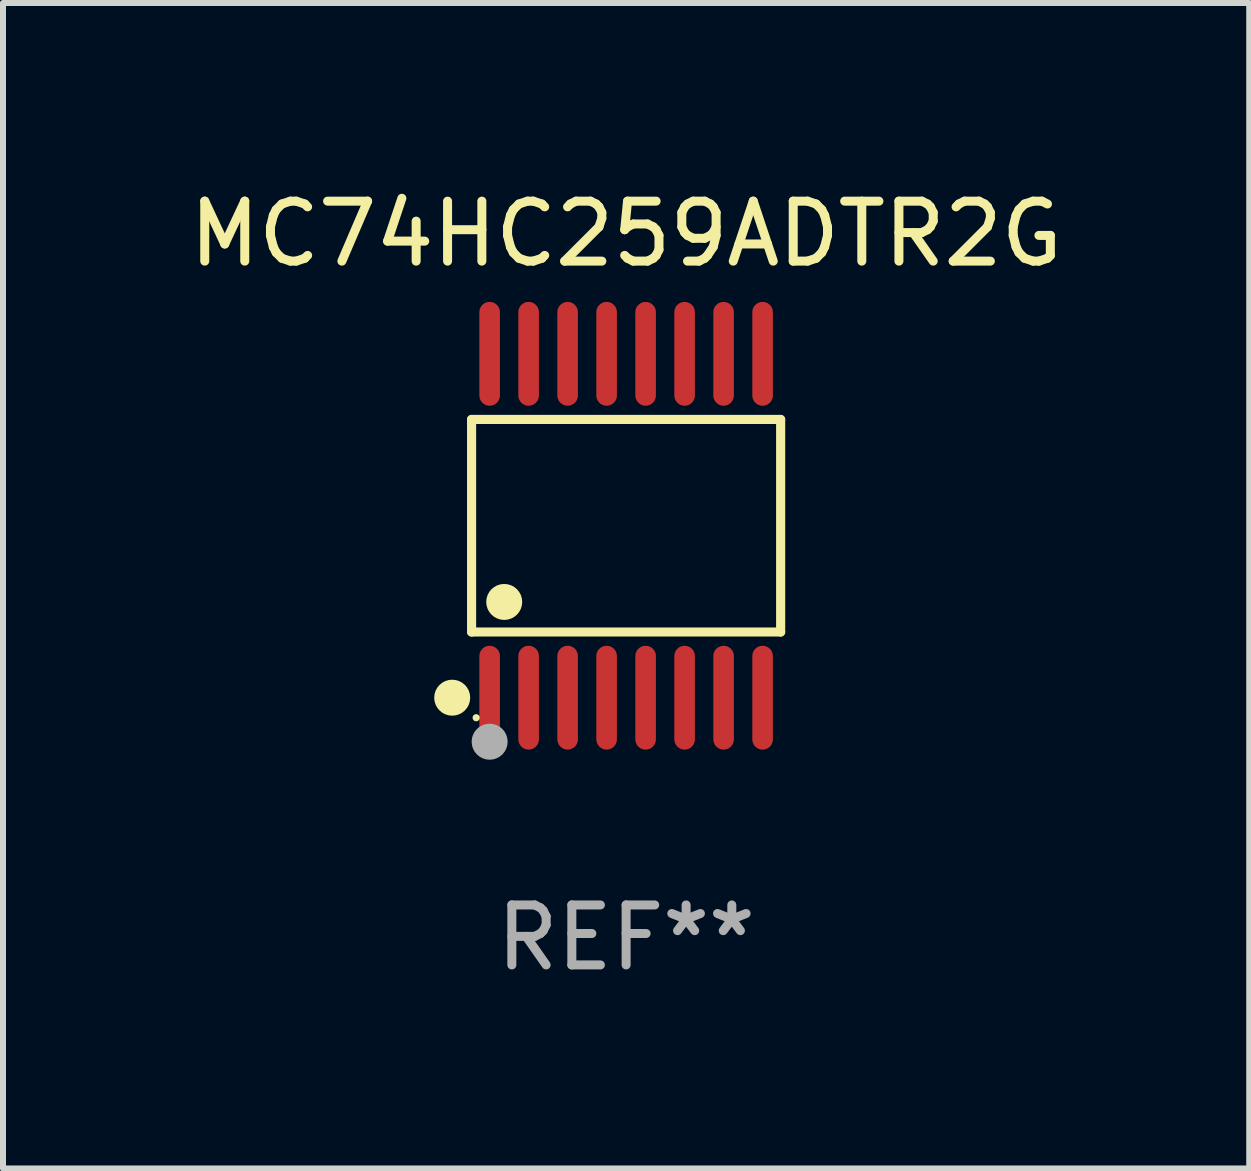
<source format=kicad_pcb>
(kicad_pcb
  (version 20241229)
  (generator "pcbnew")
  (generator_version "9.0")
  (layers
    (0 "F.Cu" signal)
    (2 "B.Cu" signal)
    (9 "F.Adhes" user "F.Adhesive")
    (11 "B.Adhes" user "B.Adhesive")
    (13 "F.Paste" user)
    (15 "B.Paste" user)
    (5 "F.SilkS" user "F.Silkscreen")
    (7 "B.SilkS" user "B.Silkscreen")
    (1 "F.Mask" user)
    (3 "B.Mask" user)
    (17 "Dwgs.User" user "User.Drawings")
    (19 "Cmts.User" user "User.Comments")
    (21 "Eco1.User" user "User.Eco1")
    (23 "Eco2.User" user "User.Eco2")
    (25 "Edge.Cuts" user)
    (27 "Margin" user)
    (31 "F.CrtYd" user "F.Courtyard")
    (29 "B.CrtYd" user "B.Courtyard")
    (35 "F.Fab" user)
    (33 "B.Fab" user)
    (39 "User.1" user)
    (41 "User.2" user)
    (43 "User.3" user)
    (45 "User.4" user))
  (footprint "MC74HC259ADTR2G"
    (layer "F.Cu")
    (at 7.387 5.714)
    (property "Reference" "MC74HC259ADTR2G" (at 0 -4.866 0) (layer "F.SilkS") (effects (font (size 1 1) (thickness 0.15))))
    (attr through_hole)
    (fp_line (start -2.576 -1.772) (end 2.576 -1.772) (stroke (width 0.152) (type solid)) (layer "F.SilkS"))
    (fp_line (start -2.576 1.771) (end -2.576 -1.772) (stroke (width 0.152) (type solid)) (layer "F.SilkS"))
    (fp_line (start 2.576 -1.772) (end 2.576 1.771) (stroke (width 0.152) (type solid)) (layer "F.SilkS"))
    (fp_line (start 2.576 1.771) (end -2.576 1.771) (stroke (width 0.152) (type solid)) (layer "F.SilkS"))
    (fp_circle (center -2.899 2.866) (end -2.749 2.866) (stroke (width 0.3) (type solid)) (fill no) (layer "F.SilkS"))
    (fp_circle (center -2.5 3.2) (end -2.47 3.2) (stroke (width 0.06) (type solid)) (fill no) (layer "F.SilkS"))
    (fp_circle (center -2.032 1.27) (end -1.882 1.27) (stroke (width 0.3) (type solid)) (fill no) (layer "F.SilkS"))
    (fp_circle (center -2.275 3.6) (end -2.125 3.6) (stroke (width 0.3) (type solid)) (fill no) (layer "F.Fab"))
    (fp_text user "REF**" (at 0 6.866 0) (layer "F.Fab") (effects (font (size 1 1) (thickness 0.15))))
    (pad "1" smd oval (at -2.275 2.866) (size 0.343 1.731) (layers "F.Cu" "F.Mask" "F.Paste"))
    (pad "2" smd oval (at -1.625 2.866) (size 0.343 1.731) (layers "F.Cu" "F.Mask" "F.Paste"))
    (pad "3" smd oval (at -0.975 2.866) (size 0.343 1.731) (layers "F.Cu" "F.Mask" "F.Paste"))
    (pad "4" smd oval (at -0.325 2.866) (size 0.343 1.731) (layers "F.Cu" "F.Mask" "F.Paste"))
    (pad "5" smd oval (at 0.325 2.866) (size 0.343 1.731) (layers "F.Cu" "F.Mask" "F.Paste"))
    (pad "6" smd oval (at 0.975 2.866) (size 0.343 1.731) (layers "F.Cu" "F.Mask" "F.Paste"))
    (pad "7" smd oval (at 1.625 2.866) (size 0.343 1.731) (layers "F.Cu" "F.Mask" "F.Paste"))
    (pad "8" smd oval (at 2.275 2.866) (size 0.343 1.731) (layers "F.Cu" "F.Mask" "F.Paste"))
    (pad "9" smd oval (at 2.275 -2.866) (size 0.343 1.731) (layers "F.Cu" "F.Mask" "F.Paste"))
    (pad "10" smd oval (at 1.625 -2.866) (size 0.343 1.731) (layers "F.Cu" "F.Mask" "F.Paste"))
    (pad "11" smd oval (at 0.975 -2.866) (size 0.343 1.731) (layers "F.Cu" "F.Mask" "F.Paste"))
    (pad "12" smd oval (at 0.325 -2.866) (size 0.343 1.731) (layers "F.Cu" "F.Mask" "F.Paste"))
    (pad "13" smd oval (at -0.325 -2.866) (size 0.343 1.731) (layers "F.Cu" "F.Mask" "F.Paste"))
    (pad "14" smd oval (at -0.975 -2.866) (size 0.343 1.731) (layers "F.Cu" "F.Mask" "F.Paste"))
    (pad "15" smd oval (at -1.625 -2.866) (size 0.343 1.731) (layers "F.Cu" "F.Mask" "F.Paste"))
    (pad "16" smd oval (at -2.275 -2.866) (size 0.343 1.731) (layers "F.Cu" "F.Mask" "F.Paste")))
  (gr_rect
    (start -3 -3)
    (end 17.774 16.428)
    (stroke (width 0.1) (type default))
    (fill no)
    (layer "Edge.Cuts")))
</source>
